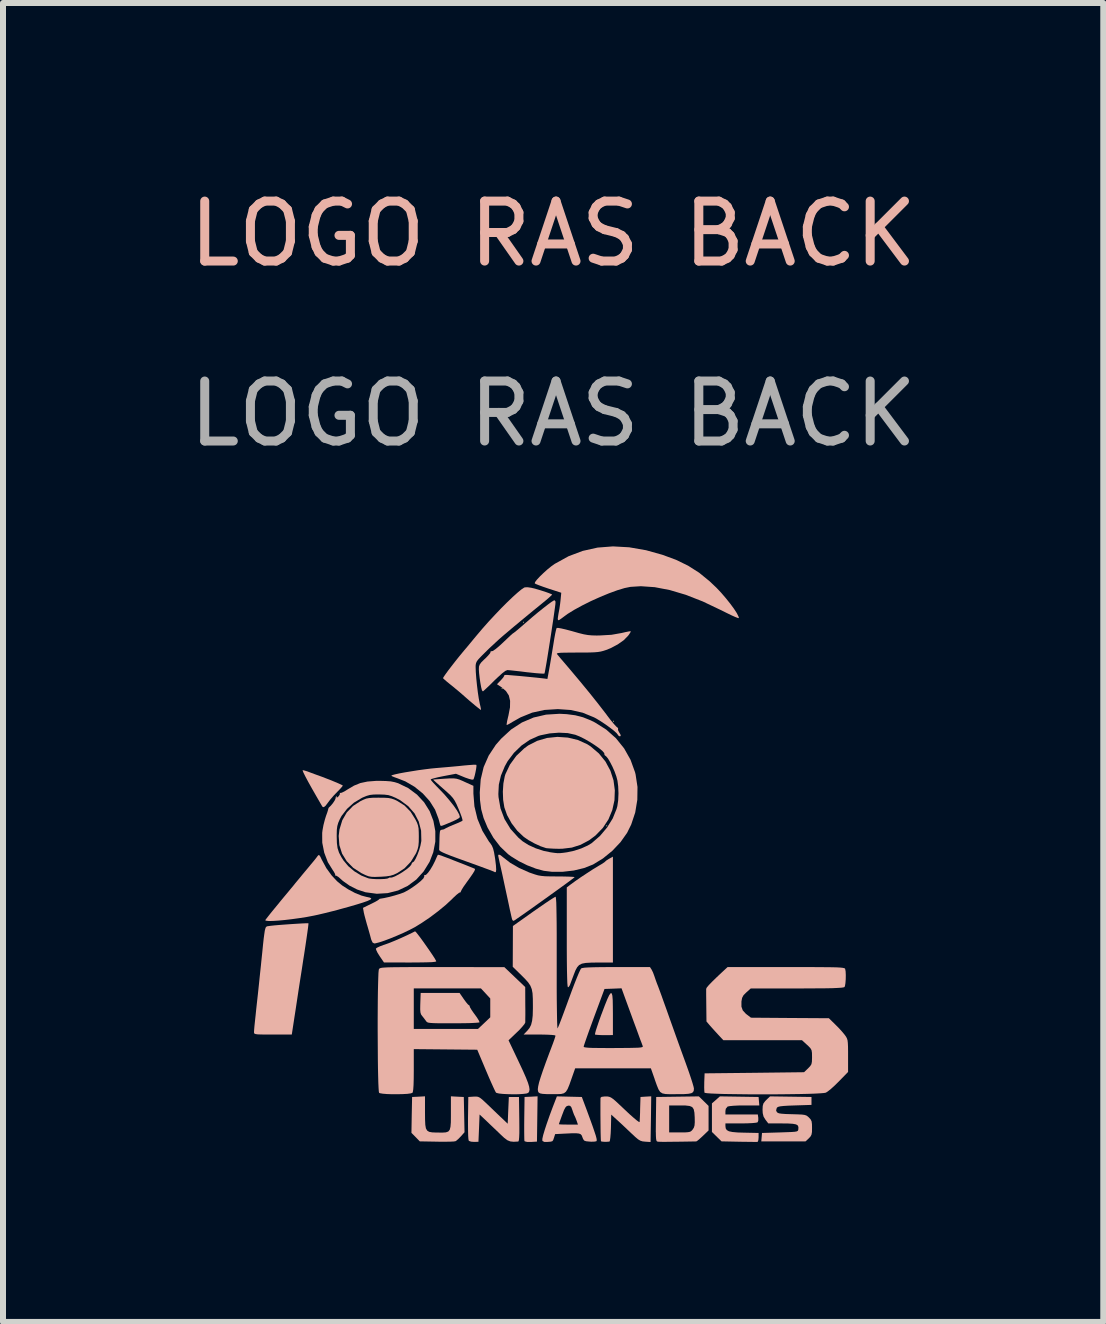
<source format=kicad_pcb>
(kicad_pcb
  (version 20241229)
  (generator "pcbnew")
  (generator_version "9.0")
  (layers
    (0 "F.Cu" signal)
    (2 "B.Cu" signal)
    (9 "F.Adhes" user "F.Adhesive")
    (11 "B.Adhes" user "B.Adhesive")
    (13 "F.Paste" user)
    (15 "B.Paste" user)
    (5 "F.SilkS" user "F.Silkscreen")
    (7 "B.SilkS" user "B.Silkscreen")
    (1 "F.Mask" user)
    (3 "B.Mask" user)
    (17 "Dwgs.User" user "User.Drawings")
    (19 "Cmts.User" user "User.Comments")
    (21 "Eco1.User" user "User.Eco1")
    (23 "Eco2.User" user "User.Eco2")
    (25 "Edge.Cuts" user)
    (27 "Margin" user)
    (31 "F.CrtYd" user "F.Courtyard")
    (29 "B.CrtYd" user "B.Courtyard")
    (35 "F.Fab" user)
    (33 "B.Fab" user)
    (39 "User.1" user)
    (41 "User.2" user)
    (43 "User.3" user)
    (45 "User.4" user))
  (footprint "LOGO RAS BACK"
    (layer "F.Cu")
    (at 6.173 1.348)
    (property "Reference" "LOGO RAS BACK" (at 0 -0.5 0) (unlocked yes) (layer "B.SilkS") (effects (font (size 1 1) (thickness 0.15))))
    (fp_poly (pts (xy -0.842 7.083) (xy -0.852 7.092) (xy -0.861 7.083) (xy -0.852 7.073)) (stroke (width 0) (type solid)) (fill yes) (layer "F.SilkS"))
    (fp_poly (pts (xy -0.486 5.976) (xy -0.495 5.985) (xy -0.505 5.976) (xy -0.495 5.966)) (stroke (width 0) (type solid)) (fill yes) (layer "F.SilkS"))
    (fp_poly (pts (xy 0.902 9.371) (xy 0.893 9.381) (xy 0.883 9.371) (xy 0.893 9.362)) (stroke (width 0) (type solid)) (fill yes) (layer "F.SilkS"))
    (fp_poly (pts (xy 1.015 7.627) (xy 1.005 7.636) (xy 0.996 7.627) (xy 1.005 7.617)) (stroke (width 0) (type solid)) (fill yes) (layer "F.SilkS"))
    (fp_poly (pts (xy -0.265 14.259) (xy -0.27 14.636) (xy -0.37 14.642) (xy -0.436 14.641) (xy -0.473 14.632) (xy -0.479 14.625) (xy -0.481 14.601) (xy -0.482 14.545) (xy -0.483 14.463) (xy -0.483 14.364) (xy -0.482 14.251) (xy -0.482 14.248) (xy -0.477 13.892) (xy -0.368 13.887) (xy -0.26 13.881)) (stroke (width 0) (type solid)) (fill yes) (layer "B.SilkS"))
    (fp_poly (pts (xy 0.976 12.164) (xy 0.987 12.203) (xy 0.993 12.277) (xy 0.995 12.388) (xy 0.996 12.507) (xy 0.996 12.86) (xy 0.854 12.861) (xy 0.784 12.86) (xy 0.729 12.856) (xy 0.699 12.852) (xy 0.697 12.851) (xy 0.699 12.832) (xy 0.712 12.782) (xy 0.736 12.709) (xy 0.767 12.618) (xy 0.805 12.513) (xy 0.809 12.504) (xy 0.861 12.365) (xy 0.903 12.261) (xy 0.935 12.193) (xy 0.959 12.161)) (stroke (width 0) (type solid)) (fill yes) (layer "B.SilkS"))
    (fp_poly (pts (xy -2.288 11.142) (xy -2.258 11.179) (xy -2.215 11.235) (xy -2.165 11.304) (xy -2.112 11.379) (xy -2.06 11.454) (xy -2.013 11.523) (xy -1.976 11.58) (xy -1.954 11.619) (xy -1.949 11.631) (xy -1.968 11.638) (xy -2.023 11.644) (xy -2.114 11.647) (xy -2.241 11.649) (xy -2.385 11.65) (xy -2.821 11.649) (xy -2.893 11.544) (xy -2.928 11.488) (xy -2.95 11.442) (xy -2.956 11.418) (xy -2.935 11.402) (xy -2.888 11.38) (xy -2.824 11.356) (xy -2.81 11.352) (xy -2.738 11.326) (xy -2.644 11.288) (xy -2.54 11.243) (xy -2.437 11.196) (xy -2.346 11.152) (xy -2.303 11.13)) (stroke (width 0) (type solid)) (fill yes) (layer "B.SilkS"))
    (fp_poly (pts (xy -4.147 8.449) (xy -4.095 8.465) (xy -4.05 8.482) (xy -3.972 8.511) (xy -3.889 8.541) (xy -3.853 8.554) (xy -3.791 8.578) (xy -3.718 8.606) (xy -3.645 8.636) (xy -3.579 8.664) (xy -3.531 8.686) (xy -3.508 8.698) (xy -3.507 8.698) (xy -3.516 8.714) (xy -3.545 8.748) (xy -3.59 8.795) (xy -3.597 8.802) (xy -3.657 8.864) (xy -3.714 8.93) (xy -3.752 8.98) (xy -3.794 9.036) (xy -3.824 9.06) (xy -3.845 9.054) (xy -3.85 9.048) (xy -3.942 8.889) (xy -4.021 8.751) (xy -4.085 8.636) (xy -4.133 8.546) (xy -4.164 8.483) (xy -4.177 8.449) (xy -4.176 8.443)) (stroke (width 0) (type solid)) (fill yes) (layer "B.SilkS"))
    (fp_poly (pts (xy -1.597 13.887) (xy -1.49 13.892) (xy -1.478 14.48) (xy -1.538 14.548) (xy -1.58 14.591) (xy -1.616 14.622) (xy -1.628 14.629) (xy -1.657 14.634) (xy -1.716 14.637) (xy -1.797 14.638) (xy -1.894 14.638) (xy -1.941 14.637) (xy -2.224 14.632) (xy -2.293 14.561) (xy -2.363 14.49) (xy -2.358 14.191) (xy -2.352 13.892) (xy -2.245 13.887) (xy -2.137 13.881) (xy -2.137 14.151) (xy -2.136 14.27) (xy -2.132 14.356) (xy -2.122 14.415) (xy -2.101 14.452) (xy -2.068 14.473) (xy -2.018 14.482) (xy -1.949 14.485) (xy -1.927 14.485) (xy -1.847 14.486) (xy -1.789 14.482) (xy -1.749 14.468) (xy -1.725 14.439) (xy -1.712 14.389) (xy -1.706 14.315) (xy -1.705 14.21) (xy -1.705 14.163) (xy -1.705 13.881)) (stroke (width 0) (type solid)) (fill yes) (layer "B.SilkS"))
    (fp_poly (pts (xy 0.996 11.65) (xy 0.751 11.65) (xy 0.632 11.652) (xy 0.543 11.657) (xy 0.479 11.669) (xy 0.433 11.692) (xy 0.4 11.729) (xy 0.371 11.783) (xy 0.344 11.852) (xy 0.317 11.924) (xy 0.294 11.985) (xy 0.279 12.025) (xy 0.277 12.03) (xy 0.258 12.058) (xy 0.246 12.063) (xy 0.241 12.045) (xy 0.236 11.991) (xy 0.233 11.901) (xy 0.23 11.774) (xy 0.228 11.611) (xy 0.227 11.41) (xy 0.227 11.231) (xy 0.227 10.398) (xy 0.29 10.35) (xy 0.368 10.293) (xy 0.463 10.227) (xy 0.566 10.159) (xy 0.663 10.096) (xy 0.744 10.047) (xy 0.755 10.04) (xy 0.811 10.007) (xy 0.852 9.98) (xy 0.868 9.966) (xy 0.887 9.949) (xy 0.926 9.924) (xy 0.935 9.919) (xy 0.996 9.885)) (stroke (width 0) (type solid)) (fill yes) (layer "B.SilkS"))
    (fp_poly (pts (xy -1.49 12.26) (xy -1.452 12.312) (xy -1.42 12.35) (xy -1.402 12.363) (xy -1.391 12.374) (xy -1.393 12.377) (xy -1.386 12.398) (xy -1.361 12.44) (xy -1.323 12.495) (xy -1.31 12.512) (xy -1.269 12.569) (xy -1.24 12.616) (xy -1.228 12.644) (xy -1.229 12.648) (xy -1.25 12.652) (xy -1.302 12.656) (xy -1.382 12.66) (xy -1.483 12.662) (xy -1.599 12.663) (xy -1.667 12.663) (xy -1.804 12.663) (xy -1.909 12.663) (xy -1.986 12.661) (xy -2.039 12.658) (xy -2.075 12.654) (xy -2.097 12.647) (xy -2.111 12.637) (xy -2.121 12.624) (xy -2.123 12.621) (xy -2.159 12.573) (xy -2.186 12.539) (xy -2.203 12.515) (xy -2.213 12.482) (xy -2.217 12.432) (xy -2.216 12.357) (xy -2.215 12.328) (xy -2.209 12.157) (xy -1.561 12.157)) (stroke (width 0) (type solid)) (fill yes) (layer "B.SilkS"))
    (fp_poly (pts (xy 0.245 7.9) (xy 0.413 7.94) (xy 0.567 8.01) (xy 0.622 8.045) (xy 0.762 8.164) (xy 0.873 8.301) (xy 0.954 8.452) (xy 1.006 8.612) (xy 1.028 8.778) (xy 1.022 8.945) (xy 0.986 9.108) (xy 0.922 9.263) (xy 0.828 9.406) (xy 0.706 9.532) (xy 0.599 9.612) (xy 0.456 9.688) (xy 0.311 9.734) (xy 0.153 9.753) (xy 0.091 9.754) (xy 0.01 9.752) (xy -0.06 9.748) (xy -0.109 9.744) (xy -0.12 9.742) (xy -0.209 9.712) (xy -0.311 9.665) (xy -0.412 9.609) (xy -0.488 9.557) (xy -0.597 9.455) (xy -0.693 9.329) (xy -0.769 9.191) (xy -0.814 9.063) (xy -0.834 8.939) (xy -0.839 8.801) (xy -0.83 8.665) (xy -0.807 8.544) (xy -0.796 8.509) (xy -0.721 8.351) (xy -0.615 8.205) (xy -0.483 8.08) (xy -0.415 8.03) (xy -0.266 7.954) (xy -0.102 7.906) (xy 0.071 7.888)) (stroke (width 0) (type solid)) (fill yes) (layer "B.SilkS"))
    (fp_poly (pts (xy 3.103 13.887) (xy 3.425 13.892) (xy 3.437 14.033) (xy 3.191 14.033) (xy 3.095 14.034) (xy 3.011 14.038) (xy 2.947 14.044) (xy 2.911 14.051) (xy 2.908 14.052) (xy 2.878 14.089) (xy 2.872 14.127) (xy 2.872 14.183) (xy 3.412 14.183) (xy 3.42 14.239) (xy 3.42 14.285) (xy 3.409 14.314) (xy 3.383 14.321) (xy 3.325 14.327) (xy 3.242 14.331) (xy 3.14 14.333) (xy 3.131 14.333) (xy 2.872 14.333) (xy 2.872 14.377) (xy 2.877 14.416) (xy 2.895 14.444) (xy 2.931 14.464) (xy 2.99 14.476) (xy 3.078 14.484) (xy 3.182 14.487) (xy 3.425 14.492) (xy 3.425 14.566) (xy 3.421 14.613) (xy 3.41 14.639) (xy 3.407 14.641) (xy 3.382 14.642) (xy 3.327 14.641) (xy 3.249 14.64) (xy 3.153 14.639) (xy 3.097 14.638) (xy 2.807 14.632) (xy 2.647 14.475) (xy 2.647 13.999) (xy 2.78 13.882)) (stroke (width 0) (type solid)) (fill yes) (layer "B.SilkS"))
    (fp_poly (pts (xy -1.253 13.889) (xy -1.222 13.904) (xy -1.183 13.934) (xy -1.13 13.983) (xy -1.093 14.018) (xy -1.02 14.088) (xy -0.945 14.16) (xy -0.879 14.223) (xy -0.854 14.246) (xy -0.758 14.338) (xy -0.749 14.115) (xy -0.739 13.892) (xy -0.57 13.892) (xy -0.565 14.263) (xy -0.564 14.395) (xy -0.564 14.494) (xy -0.567 14.564) (xy -0.571 14.608) (xy -0.577 14.63) (xy -0.584 14.635) (xy -0.659 14.639) (xy -0.715 14.633) (xy -0.764 14.613) (xy -0.816 14.574) (xy -0.878 14.516) (xy -0.952 14.445) (xy -1.033 14.368) (xy -1.105 14.299) (xy -1.114 14.29) (xy -1.227 14.184) (xy -1.236 14.411) (xy -1.246 14.639) (xy -1.318 14.641) (xy -1.369 14.637) (xy -1.403 14.625) (xy -1.407 14.621) (xy -1.413 14.596) (xy -1.417 14.539) (xy -1.419 14.456) (xy -1.42 14.353) (xy -1.42 14.246) (xy -1.415 13.892) (xy -1.326 13.886) (xy -1.285 13.885)) (stroke (width 0) (type solid)) (fill yes) (layer "B.SilkS"))
    (fp_poly (pts (xy -2.813 8.903) (xy -2.747 8.907) (xy -2.696 8.917) (xy -2.648 8.933) (xy -2.603 8.954) (xy -2.479 9.032) (xy -2.378 9.135) (xy -2.3 9.259) (xy -2.271 9.316) (xy -2.254 9.364) (xy -2.244 9.415) (xy -2.241 9.482) (xy -2.24 9.549) (xy -2.241 9.64) (xy -2.247 9.707) (xy -2.26 9.761) (xy -2.281 9.816) (xy -2.29 9.834) (xy -2.372 9.968) (xy -2.478 10.079) (xy -2.6 10.159) (xy -2.661 10.187) (xy -2.719 10.204) (xy -2.786 10.214) (xy -2.876 10.22) (xy -2.887 10.22) (xy -2.972 10.223) (xy -3.031 10.221) (xy -3.079 10.212) (xy -3.126 10.194) (xy -3.186 10.165) (xy -3.197 10.16) (xy -3.334 10.071) (xy -3.442 9.961) (xy -3.52 9.834) (xy -3.565 9.692) (xy -3.576 9.54) (xy -3.563 9.433) (xy -3.516 9.278) (xy -3.441 9.148) (xy -3.337 9.04) (xy -3.217 8.962) (xy -3.162 8.935) (xy -3.117 8.917) (xy -3.069 8.908) (xy -3.007 8.903) (xy -2.921 8.902) (xy -2.906 8.902)) (stroke (width 0) (type solid)) (fill yes) (layer "B.SilkS"))
    (fp_poly (pts (xy 2.51 13.961) (xy 2.591 14.041) (xy 2.591 14.45) (xy 2.495 14.542) (xy 2.446 14.587) (xy 2.407 14.62) (xy 2.387 14.633) (xy 2.387 14.633) (xy 2.213 14.636) (xy 2.073 14.638) (xy 1.963 14.639) (xy 1.88 14.64) (xy 1.82 14.64) (xy 1.779 14.639) (xy 1.753 14.638) (xy 1.74 14.636) (xy 1.729 14.631) (xy 1.721 14.617) (xy 1.716 14.589) (xy 1.713 14.543) (xy 1.712 14.483) (xy 1.934 14.483) (xy 2.111 14.483) (xy 2.194 14.483) (xy 2.248 14.479) (xy 2.283 14.472) (xy 2.306 14.457) (xy 2.326 14.435) (xy 2.326 14.434) (xy 2.346 14.403) (xy 2.357 14.366) (xy 2.361 14.313) (xy 2.36 14.235) (xy 2.355 14.153) (xy 2.343 14.096) (xy 2.319 14.061) (xy 2.275 14.042) (xy 2.206 14.034) (xy 2.109 14.033) (xy 1.934 14.033) (xy 1.934 14.483) (xy 1.712 14.483) (xy 1.711 14.473) (xy 1.712 14.375) (xy 1.713 14.261) (xy 1.718 13.892) (xy 2.074 13.887) (xy 2.429 13.882)) (stroke (width 0) (type solid)) (fill yes) (layer "B.SilkS"))
    (fp_poly (pts (xy -0.876 9.862) (xy -0.839 9.892) (xy -0.717 9.987) (xy -0.567 10.074) (xy -0.399 10.149) (xy -0.364 10.161) (xy -0.303 10.182) (xy -0.251 10.197) (xy -0.198 10.206) (xy -0.135 10.212) (xy -0.054 10.214) (xy 0.053 10.215) (xy 0.072 10.215) (xy 0.171 10.216) (xy 0.255 10.218) (xy 0.318 10.221) (xy 0.353 10.224) (xy 0.358 10.226) (xy 0.344 10.239) (xy 0.303 10.27) (xy 0.24 10.317) (xy 0.159 10.376) (xy 0.065 10.444) (xy -0.038 10.518) (xy -0.145 10.595) (xy -0.253 10.672) (xy -0.356 10.746) (xy -0.451 10.813) (xy -0.534 10.871) (xy -0.599 10.916) (xy -0.643 10.946) (xy -0.661 10.956) (xy -0.661 10.956) (xy -0.679 10.944) (xy -0.68 10.942) (xy -0.688 10.918) (xy -0.7 10.867) (xy -0.715 10.799) (xy -0.72 10.779) (xy -0.738 10.693) (xy -0.762 10.58) (xy -0.79 10.451) (xy -0.819 10.316) (xy -0.847 10.185) (xy -0.873 10.069) (xy -0.891 9.99) (xy -0.904 9.929) (xy -0.914 9.882) (xy -0.917 9.864) (xy -0.906 9.85)) (stroke (width 0) (type solid)) (fill yes) (layer "B.SilkS"))
    (fp_poly (pts (xy 1.63 14.262) (xy 1.624 14.643) (xy 1.534 14.637) (xy 1.489 14.632) (xy 1.452 14.62) (xy 1.414 14.597) (xy 1.367 14.557) (xy 1.308 14.502) (xy 1.235 14.433) (xy 1.158 14.36) (xy 1.09 14.297) (xy 1.071 14.28) (xy 0.968 14.186) (xy 0.963 14.409) (xy 0.959 14.499) (xy 0.953 14.571) (xy 0.946 14.619) (xy 0.939 14.636) (xy 0.88 14.64) (xy 0.829 14.638) (xy 0.799 14.632) (xy 0.797 14.629) (xy 0.795 14.608) (xy 0.793 14.557) (xy 0.791 14.482) (xy 0.79 14.39) (xy 0.789 14.288) (xy 0.788 14.183) (xy 0.788 14.082) (xy 0.788 13.992) (xy 0.789 13.919) (xy 0.789 13.906) (xy 0.807 13.89) (xy 0.86 13.883) (xy 0.876 13.883) (xy 0.908 13.884) (xy 0.935 13.889) (xy 0.964 13.901) (xy 0.999 13.925) (xy 1.045 13.964) (xy 1.107 14.022) (xy 1.191 14.101) (xy 1.199 14.109) (xy 1.276 14.181) (xy 1.343 14.24) (xy 1.396 14.284) (xy 1.43 14.308) (xy 1.441 14.311) (xy 1.443 14.283) (xy 1.446 14.226) (xy 1.449 14.15) (xy 1.45 14.089) (xy 1.456 13.892) (xy 1.545 13.886) (xy 1.635 13.881)) (stroke (width 0) (type solid)) (fill yes) (layer "B.SilkS"))
    (fp_poly (pts (xy -4.08 10.996) (xy -4.081 11.016) (xy -4.087 11.068) (xy -4.098 11.148) (xy -4.113 11.252) (xy -4.131 11.375) (xy -4.152 11.513) (xy -4.165 11.594) (xy -4.19 11.759) (xy -4.217 11.93) (xy -4.243 12.098) (xy -4.267 12.256) (xy -4.288 12.395) (xy -4.305 12.506) (xy -4.307 12.518) (xy -4.358 12.851) (xy -4.673 12.851) (xy -4.788 12.851) (xy -4.871 12.85) (xy -4.927 12.848) (xy -4.962 12.843) (xy -4.98 12.836) (xy -4.987 12.825) (xy -4.988 12.81) (xy -4.988 12.809) (xy -4.986 12.777) (xy -4.981 12.715) (xy -4.972 12.629) (xy -4.961 12.527) (xy -4.952 12.438) (xy -4.939 12.32) (xy -4.923 12.176) (xy -4.906 12.016) (xy -4.889 11.851) (xy -4.872 11.693) (xy -4.867 11.641) (xy -4.85 11.478) (xy -4.837 11.348) (xy -4.826 11.247) (xy -4.816 11.173) (xy -4.808 11.119) (xy -4.799 11.084) (xy -4.791 11.063) (xy -4.78 11.052) (xy -4.768 11.046) (xy -4.753 11.044) (xy -4.748 11.043) (xy -4.711 11.038) (xy -4.647 11.031) (xy -4.565 11.024) (xy -4.472 11.017) (xy -4.374 11.01) (xy -4.279 11.004) (xy -4.196 10.999) (xy -4.13 10.996) (xy -4.089 10.995)) (stroke (width 0) (type solid)) (fill yes) (layer "B.SilkS"))
    (fp_poly (pts (xy -3.9 9.86) (xy -3.882 9.885) (xy -3.859 9.934) (xy -3.781 10.078) (xy -3.692 10.2) (xy -3.603 10.295) (xy -3.518 10.365) (xy -3.414 10.432) (xy -3.303 10.491) (xy -3.196 10.534) (xy -3.117 10.555) (xy -3.056 10.568) (xy -3.032 10.582) (xy -3.045 10.6) (xy -3.094 10.623) (xy -3.099 10.625) (xy -3.174 10.651) (xy -3.277 10.683) (xy -3.401 10.719) (xy -3.535 10.756) (xy -3.673 10.793) (xy -3.805 10.826) (xy -3.924 10.854) (xy -3.994 10.869) (xy -4.11 10.891) (xy -4.232 10.91) (xy -4.355 10.927) (xy -4.473 10.941) (xy -4.581 10.951) (xy -4.674 10.957) (xy -4.744 10.958) (xy -4.788 10.953) (xy -4.801 10.945) (xy -4.789 10.928) (xy -4.757 10.887) (xy -4.709 10.826) (xy -4.647 10.75) (xy -4.575 10.663) (xy -4.565 10.65) (xy -4.491 10.56) (xy -4.424 10.48) (xy -4.368 10.412) (xy -4.328 10.364) (xy -4.307 10.338) (xy -4.307 10.337) (xy -4.286 10.312) (xy -4.247 10.265) (xy -4.196 10.203) (xy -4.144 10.14) (xy -4.086 10.071) (xy -4.036 10.01) (xy -3.998 9.965) (xy -3.98 9.943) (xy -3.95 9.905) (xy -3.93 9.878) (xy -3.914 9.859)) (stroke (width 0) (type solid)) (fill yes) (layer "B.SilkS"))
    (fp_poly (pts (xy 4.307 13.892) (xy 4.307 14.024) (xy 4.028 14.033) (xy 3.917 14.037) (xy 3.839 14.042) (xy 3.786 14.048) (xy 3.753 14.056) (xy 3.734 14.067) (xy 3.728 14.075) (xy 3.717 14.116) (xy 3.728 14.141) (xy 3.742 14.155) (xy 3.767 14.165) (xy 3.81 14.171) (xy 3.877 14.176) (xy 3.976 14.179) (xy 3.98 14.179) (xy 4.078 14.182) (xy 4.146 14.185) (xy 4.191 14.191) (xy 4.222 14.201) (xy 4.245 14.217) (xy 4.264 14.234) (xy 4.293 14.266) (xy 4.309 14.299) (xy 4.315 14.347) (xy 4.316 14.407) (xy 4.315 14.476) (xy 4.307 14.52) (xy 4.29 14.552) (xy 4.262 14.582) (xy 4.207 14.633) (xy 3.47 14.633) (xy 3.482 14.492) (xy 3.782 14.483) (xy 3.894 14.479) (xy 3.974 14.476) (xy 4.028 14.472) (xy 4.061 14.466) (xy 4.078 14.457) (xy 4.085 14.444) (xy 4.088 14.43) (xy 4.089 14.393) (xy 4.078 14.366) (xy 4.049 14.349) (xy 3.996 14.339) (xy 3.916 14.334) (xy 3.818 14.333) (xy 3.587 14.333) (xy 3.539 14.27) (xy 3.508 14.219) (xy 3.494 14.162) (xy 3.491 14.105) (xy 3.494 14.042) (xy 3.506 13.999) (xy 3.534 13.962) (xy 3.553 13.942) (xy 3.616 13.882)) (stroke (width 0) (type solid)) (fill yes) (layer "B.SilkS"))
    (fp_poly (pts (xy 1.267 4.727) (xy 1.549 4.776) (xy 1.821 4.852) (xy 2.049 4.936) (xy 2.25 5.034) (xy 2.434 5.151) (xy 2.609 5.294) (xy 2.723 5.402) (xy 2.802 5.486) (xy 2.88 5.577) (xy 2.952 5.667) (xy 3.014 5.751) (xy 3.062 5.825) (xy 3.09 5.881) (xy 3.097 5.908) (xy 3.081 5.906) (xy 3.038 5.89) (xy 2.971 5.86) (xy 2.887 5.819) (xy 2.792 5.772) (xy 2.494 5.63) (xy 2.21 5.519) (xy 1.944 5.44) (xy 1.694 5.392) (xy 1.462 5.376) (xy 1.288 5.387) (xy 1.19 5.407) (xy 1.068 5.444) (xy 0.929 5.495) (xy 0.781 5.556) (xy 0.63 5.624) (xy 0.486 5.696) (xy 0.354 5.768) (xy 0.242 5.837) (xy 0.194 5.872) (xy 0.135 5.916) (xy 0.101 5.939) (xy 0.083 5.943) (xy 0.078 5.931) (xy 0.077 5.915) (xy 0.082 5.876) (xy 0.091 5.82) (xy 0.094 5.807) (xy 0.105 5.747) (xy 0.116 5.669) (xy 0.123 5.609) (xy 0.135 5.485) (xy -0.081 5.415) (xy -0.166 5.386) (xy -0.237 5.36) (xy -0.287 5.34) (xy -0.308 5.328) (xy -0.308 5.328) (xy -0.301 5.306) (xy -0.271 5.267) (xy -0.223 5.215) (xy -0.164 5.158) (xy -0.099 5.099) (xy -0.034 5.046) (xy 0.025 5.004) (xy 0.03 5.001) (xy 0.257 4.876) (xy 0.493 4.787) (xy 0.74 4.732) (xy 0.997 4.712)) (stroke (width 0) (type solid)) (fill yes) (layer "B.SilkS"))
    (fp_poly (pts (xy -1.28 8.355) (xy -1.279 8.377) (xy -1.285 8.424) (xy -1.296 8.481) (xy -1.309 8.538) (xy -1.323 8.583) (xy -1.332 8.6) (xy -1.355 8.601) (xy -1.402 8.589) (xy -1.466 8.567) (xy -1.483 8.56) (xy -1.621 8.503) (xy -1.832 8.543) (xy -1.915 8.56) (xy -1.983 8.577) (xy -2.028 8.59) (xy -2.043 8.599) (xy -2.03 8.618) (xy -1.997 8.656) (xy -1.948 8.708) (xy -1.912 8.745) (xy -1.817 8.844) (xy -1.732 8.943) (xy -1.659 9.035) (xy -1.603 9.116) (xy -1.567 9.182) (xy -1.555 9.225) (xy -1.571 9.243) (xy -1.612 9.267) (xy -1.654 9.287) (xy -1.744 9.326) (xy -1.806 9.352) (xy -1.845 9.367) (xy -1.867 9.372) (xy -1.877 9.369) (xy -1.882 9.361) (xy -1.883 9.358) (xy -1.892 9.326) (xy -1.906 9.274) (xy -1.913 9.25) (xy -1.969 9.102) (xy -2.058 8.96) (xy -2.173 8.832) (xy -2.311 8.72) (xy -2.465 8.63) (xy -2.592 8.58) (xy -2.648 8.56) (xy -2.688 8.543) (xy -2.699 8.535) (xy -2.682 8.525) (xy -2.633 8.512) (xy -2.56 8.496) (xy -2.468 8.479) (xy -2.363 8.462) (xy -2.252 8.444) (xy -2.141 8.429) (xy -2.037 8.416) (xy -1.944 8.407) (xy -1.93 8.406) (xy -1.814 8.396) (xy -1.688 8.385) (xy -1.57 8.374) (xy -1.484 8.365) (xy -1.403 8.358) (xy -1.336 8.353) (xy -1.293 8.353)) (stroke (width 0) (type solid)) (fill yes) (layer "B.SilkS"))
    (fp_poly (pts (xy 0.27 13.887) (xy 0.478 13.892) (xy 0.559 14.108) (xy 0.614 14.258) (xy 0.657 14.377) (xy 0.688 14.468) (xy 0.71 14.534) (xy 0.722 14.58) (xy 0.727 14.61) (xy 0.724 14.625) (xy 0.72 14.63) (xy 0.691 14.636) (xy 0.638 14.638) (xy 0.605 14.636) (xy 0.548 14.63) (xy 0.516 14.618) (xy 0.499 14.592) (xy 0.489 14.567) (xy 0.477 14.535) (xy 0.46 14.514) (xy 0.431 14.502) (xy 0.385 14.497) (xy 0.314 14.497) (xy 0.213 14.502) (xy 0.21 14.502) (xy 0.033 14.511) (xy 0.015 14.568) (xy 0.001 14.609) (xy -0.013 14.629) (xy -0.041 14.637) (xy -0.092 14.641) (xy -0.148 14.641) (xy -0.176 14.627) (xy -0.181 14.617) (xy -0.18 14.587) (xy -0.166 14.525) (xy -0.14 14.438) (xy -0.11 14.346) (xy 0.096 14.346) (xy 0.113 14.349) (xy 0.159 14.351) (xy 0.226 14.352) (xy 0.254 14.352) (xy 0.413 14.352) (xy 0.392 14.291) (xy 0.374 14.244) (xy 0.36 14.212) (xy 0.359 14.211) (xy 0.346 14.183) (xy 0.328 14.134) (xy 0.321 14.112) (xy 0.302 14.061) (xy 0.282 14.039) (xy 0.253 14.036) (xy 0.25 14.037) (xy 0.225 14.045) (xy 0.204 14.067) (xy 0.181 14.11) (xy 0.154 14.181) (xy 0.15 14.191) (xy 0.125 14.26) (xy 0.106 14.313) (xy 0.096 14.343) (xy 0.096 14.346) (xy -0.11 14.346) (xy -0.104 14.329) (xy -0.06 14.203) (xy -0.008 14.063) (xy 0.002 14.037) (xy 0.062 13.882)) (stroke (width 0) (type solid)) (fill yes) (layer "B.SilkS"))
    (fp_poly (pts (xy -1.61 8.586) (xy -1.563 8.6) (xy -1.506 8.624) (xy -1.474 8.639) (xy -1.33 8.704) (xy -1.33 8.833) (xy -1.313 9.046) (xy -1.262 9.256) (xy -1.18 9.454) (xy -1.071 9.633) (xy -1.048 9.662) (xy -1.022 9.701) (xy -1.002 9.748) (xy -0.986 9.811) (xy -0.971 9.9) (xy -0.967 9.925) (xy -0.954 10.032) (xy -0.95 10.104) (xy -0.956 10.142) (xy -0.973 10.144) (xy -0.977 10.14) (xy -0.997 10.131) (xy -1.047 10.111) (xy -1.124 10.083) (xy -1.221 10.047) (xy -1.334 10.006) (xy -1.445 9.966) (xy -1.589 9.914) (xy -1.701 9.873) (xy -1.784 9.84) (xy -1.843 9.814) (xy -1.879 9.795) (xy -1.897 9.78) (xy -1.901 9.77) (xy -1.9 9.736) (xy -1.898 9.677) (xy -1.896 9.603) (xy -1.896 9.587) (xy -1.893 9.512) (xy -1.888 9.466) (xy -1.879 9.444) (xy -1.864 9.437) (xy -1.859 9.437) (xy -1.82 9.429) (xy -1.808 9.421) (xy -1.782 9.407) (xy -1.732 9.383) (xy -1.668 9.356) (xy -1.658 9.352) (xy -1.593 9.325) (xy -1.542 9.302) (xy -1.514 9.288) (xy -1.512 9.286) (xy -1.513 9.265) (xy -1.527 9.218) (xy -1.552 9.151) (xy -1.577 9.09) (xy -1.611 9.011) (xy -1.641 8.953) (xy -1.673 8.906) (xy -1.713 8.861) (xy -1.77 8.808) (xy -1.83 8.755) (xy -1.896 8.697) (xy -1.95 8.649) (xy -1.987 8.615) (xy -2 8.601) (xy -2 8.601) (xy -1.981 8.598) (xy -1.932 8.594) (xy -1.863 8.589) (xy -1.807 8.585) (xy -1.72 8.58) (xy -1.658 8.58)) (stroke (width 0) (type solid)) (fill yes) (layer "B.SilkS"))
    (fp_poly (pts (xy 0.037 5.626) (xy 0.039 5.643) (xy 0.037 5.675) (xy 0.029 5.737) (xy 0.017 5.823) (xy 0.002 5.928) (xy -0.016 6.046) (xy -0.035 6.173) (xy -0.055 6.302) (xy -0.075 6.429) (xy -0.094 6.547) (xy -0.111 6.652) (xy -0.126 6.737) (xy -0.137 6.798) (xy -0.144 6.829) (xy -0.145 6.832) (xy -0.167 6.834) (xy -0.22 6.831) (xy -0.296 6.825) (xy -0.389 6.815) (xy -0.439 6.81) (xy -0.541 6.797) (xy -0.632 6.787) (xy -0.705 6.779) (xy -0.751 6.775) (xy -0.762 6.774) (xy -0.796 6.787) (xy -0.85 6.828) (xy -0.927 6.898) (xy -0.983 6.951) (xy -1.049 7.017) (xy -1.106 7.071) (xy -1.148 7.11) (xy -1.17 7.129) (xy -1.172 7.129) (xy -1.185 7.115) (xy -1.189 7.106) (xy -1.201 7.058) (xy -1.214 6.986) (xy -1.226 6.904) (xy -1.235 6.826) (xy -1.239 6.765) (xy -1.239 6.76) (xy -1.237 6.716) (xy -1.225 6.682) (xy -1.199 6.646) (xy -1.151 6.598) (xy -1.135 6.584) (xy -1.087 6.535) (xy -1.053 6.495) (xy -1.042 6.47) (xy -1.042 6.468) (xy -1.042 6.457) (xy -1.033 6.461) (xy -1.007 6.456) (xy -0.957 6.422) (xy -0.883 6.359) (xy -0.785 6.267) (xy -0.756 6.239) (xy -0.711 6.197) (xy -0.676 6.166) (xy -0.662 6.157) (xy -0.643 6.143) (xy -0.601 6.109) (xy -0.542 6.059) (xy -0.472 5.998) (xy -0.449 5.979) (xy -0.349 5.892) (xy -0.252 5.811) (xy -0.163 5.74) (xy -0.086 5.68) (xy -0.027 5.637) (xy 0.012 5.613) (xy 0.022 5.61)) (stroke (width 0) (type solid)) (fill yes) (layer "B.SilkS"))
    (fp_poly (pts (xy -0.36 5.403) (xy -0.268 5.427) (xy -0.214 5.443) (xy -0.135 5.468) (xy -0.071 5.491) (xy -0.029 5.508) (xy -0.017 5.515) (xy -0.031 5.531) (xy -0.068 5.565) (xy -0.124 5.613) (xy -0.19 5.667) (xy -0.335 5.785) (xy -0.495 5.917) (xy -0.659 6.053) (xy -0.814 6.184) (xy -0.842 6.208) (xy -0.907 6.265) (xy -0.987 6.339) (xy -1.071 6.417) (xy -1.128 6.473) (xy -1.197 6.542) (xy -1.244 6.591) (xy -1.272 6.627) (xy -1.286 6.658) (xy -1.292 6.689) (xy -1.293 6.72) (xy -1.29 6.806) (xy -1.282 6.913) (xy -1.27 7.03) (xy -1.256 7.145) (xy -1.241 7.246) (xy -1.226 7.322) (xy -1.226 7.325) (xy -1.212 7.383) (xy -1.204 7.425) (xy -1.203 7.439) (xy -1.219 7.43) (xy -1.256 7.401) (xy -1.308 7.359) (xy -1.33 7.34) (xy -1.397 7.284) (xy -1.461 7.228) (xy -1.511 7.184) (xy -1.518 7.178) (xy -1.564 7.138) (xy -1.628 7.085) (xy -1.696 7.029) (xy -1.71 7.018) (xy -1.767 6.972) (xy -1.811 6.934) (xy -1.834 6.912) (xy -1.837 6.909) (xy -1.825 6.887) (xy -1.795 6.843) (xy -1.75 6.781) (xy -1.693 6.707) (xy -1.631 6.627) (xy -1.567 6.547) (xy -1.506 6.473) (xy -1.481 6.443) (xy -1.436 6.39) (xy -1.378 6.32) (xy -1.312 6.24) (xy -1.272 6.192) (xy -1.177 6.08) (xy -1.075 5.965) (xy -0.97 5.852) (xy -0.866 5.743) (xy -0.766 5.643) (xy -0.674 5.555) (xy -0.594 5.483) (xy -0.53 5.43) (xy -0.485 5.4) (xy -0.472 5.395) (xy -0.426 5.393)) (stroke (width 0) (type solid)) (fill yes) (layer "B.SilkS"))
    (fp_poly (pts (xy -1.903 9.856) (xy -1.861 9.869) (xy -1.844 9.876) (xy -1.758 9.908) (xy -1.664 9.945) (xy -1.569 9.982) (xy -1.479 10.017) (xy -1.402 10.048) (xy -1.344 10.071) (xy -1.311 10.085) (xy -1.307 10.087) (xy -1.303 10.098) (xy -1.313 10.124) (xy -1.339 10.167) (xy -1.383 10.231) (xy -1.448 10.321) (xy -1.451 10.326) (xy -1.494 10.386) (xy -1.525 10.436) (xy -1.54 10.467) (xy -1.541 10.472) (xy -1.547 10.483) (xy -1.551 10.48) (xy -1.571 10.489) (xy -1.609 10.519) (xy -1.66 10.566) (xy -1.697 10.603) (xy -1.797 10.695) (xy -1.92 10.796) (xy -2.054 10.897) (xy -2.19 10.989) (xy -2.3 11.057) (xy -2.391 11.105) (xy -2.495 11.155) (xy -2.605 11.203) (xy -2.714 11.248) (xy -2.815 11.286) (xy -2.9 11.314) (xy -2.963 11.33) (xy -2.984 11.332) (xy -3.011 11.317) (xy -3.032 11.272) (xy -3.038 11.252) (xy -3.053 11.195) (xy -3.075 11.117) (xy -3.099 11.034) (xy -3.103 11.022) (xy -3.125 10.942) (xy -3.145 10.868) (xy -3.158 10.813) (xy -3.159 10.805) (xy -3.171 10.739) (xy -3.039 10.674) (xy -2.976 10.643) (xy -2.93 10.617) (xy -2.907 10.601) (xy -2.906 10.599) (xy -2.891 10.587) (xy -2.882 10.586) (xy -2.822 10.576) (xy -2.74 10.558) (xy -2.649 10.534) (xy -2.563 10.508) (xy -2.496 10.484) (xy -2.486 10.48) (xy -2.422 10.446) (xy -2.347 10.398) (xy -2.272 10.344) (xy -2.208 10.292) (xy -2.165 10.249) (xy -2.162 10.245) (xy -2.148 10.213) (xy -2.151 10.199) (xy -2.149 10.19) (xy -2.141 10.194) (xy -2.119 10.187) (xy -2.086 10.153) (xy -2.048 10.1) (xy -2.008 10.033) (xy -1.971 9.96) (xy -1.966 9.949) (xy -1.944 9.898) (xy -1.927 9.862) (xy -1.922 9.854)) (stroke (width 0) (type solid)) (fill yes) (layer "B.SilkS"))
    (fp_poly (pts (xy -1.962 11.726) (xy -1.85 11.726) (xy -0.814 11.727) (xy -0.64 11.893) (xy -0.466 12.059) (xy -0.465 12.338) (xy -0.464 12.438) (xy -0.464 12.528) (xy -0.465 12.598) (xy -0.465 12.642) (xy -0.465 12.65) (xy -0.479 12.677) (xy -0.515 12.721) (xy -0.566 12.777) (xy -0.606 12.815) (xy -0.744 12.947) (xy -0.569 13.316) (xy -0.503 13.457) (xy -0.454 13.568) (xy -0.42 13.655) (xy -0.401 13.719) (xy -0.394 13.767) (xy -0.4 13.8) (xy -0.415 13.823) (xy -0.444 13.834) (xy -0.502 13.841) (xy -0.578 13.846) (xy -0.666 13.847) (xy -0.755 13.845) (xy -0.837 13.841) (xy -0.904 13.834) (xy -0.945 13.824) (xy -0.954 13.818) (xy -0.968 13.793) (xy -0.993 13.74) (xy -1.028 13.663) (xy -1.07 13.568) (xy -1.115 13.462) (xy -1.121 13.448) (xy -1.266 13.104) (xy -1.795 13.099) (xy -2.324 13.094) (xy -2.324 13.447) (xy -2.325 13.587) (xy -2.328 13.693) (xy -2.333 13.766) (xy -2.34 13.809) (xy -2.347 13.823) (xy -2.375 13.832) (xy -2.432 13.84) (xy -2.509 13.844) (xy -2.597 13.846) (xy -2.688 13.846) (xy -2.773 13.843) (xy -2.843 13.837) (xy -2.889 13.829) (xy -2.902 13.823) (xy -2.907 13.8) (xy -2.911 13.743) (xy -2.915 13.658) (xy -2.918 13.548) (xy -2.921 13.417) (xy -2.923 13.269) (xy -2.924 13.11) (xy -2.925 12.942) (xy -2.926 12.771) (xy -2.926 12.757) (xy -2.324 12.757) (xy -1.253 12.757) (xy -1.151 12.661) (xy -1.049 12.564) (xy -1.049 12.25) (xy -1.126 12.166) (xy -1.204 12.082) (xy -2.324 12.082) (xy -2.324 12.757) (xy -2.926 12.757) (xy -2.926 12.601) (xy -2.925 12.435) (xy -2.924 12.278) (xy -2.922 12.134) (xy -2.919 12.008) (xy -2.916 11.903) (xy -2.913 11.824) (xy -2.908 11.775) (xy -2.905 11.762) (xy -2.9 11.754) (xy -2.891 11.747) (xy -2.876 11.742) (xy -2.852 11.737) (xy -2.815 11.734) (xy -2.763 11.731) (xy -2.692 11.729) (xy -2.601 11.728) (xy -2.485 11.727) (xy -2.342 11.726) (xy -2.168 11.726)) (stroke (width 0) (type solid)) (fill yes) (layer "B.SilkS"))
    (fp_poly (pts (xy 0.225 7.509) (xy 0.369 7.528) (xy 0.497 7.561) (xy 0.627 7.613) (xy 0.697 7.648) (xy 0.884 7.766) (xy 1.047 7.911) (xy 1.183 8.08) (xy 1.29 8.27) (xy 1.365 8.477) (xy 1.374 8.513) (xy 1.406 8.723) (xy 1.403 8.937) (xy 1.368 9.149) (xy 1.301 9.35) (xy 1.232 9.489) (xy 1.123 9.643) (xy 0.986 9.788) (xy 0.83 9.915) (xy 0.665 10.016) (xy 0.515 10.075) (xy 0.344 10.116) (xy 0.162 10.137) (xy -0.017 10.138) (xy -0.156 10.121) (xy -0.288 10.085) (xy -0.433 10.029) (xy -0.575 9.959) (xy -0.702 9.88) (xy -0.751 9.844) (xy -0.88 9.721) (xy -0.996 9.571) (xy -1.091 9.405) (xy -1.096 9.395) (xy -1.16 9.241) (xy -1.2 9.095) (xy -1.22 8.941) (xy -1.223 8.841) (xy -0.914 8.841) (xy -0.911 8.893) (xy -0.878 9.081) (xy -0.811 9.259) (xy -0.711 9.423) (xy -0.581 9.567) (xy -0.509 9.629) (xy -0.411 9.691) (xy -0.29 9.746) (xy -0.158 9.789) (xy -0.047 9.812) (xy 0.024 9.822) (xy 0.075 9.827) (xy 0.12 9.826) (xy 0.176 9.82) (xy 0.232 9.812) (xy 0.349 9.787) (xy 0.468 9.748) (xy 0.575 9.7) (xy 0.643 9.659) (xy 0.781 9.539) (xy 0.899 9.399) (xy 0.993 9.248) (xy 1.056 9.092) (xy 1.07 9.043) (xy 1.084 8.946) (xy 1.089 8.83) (xy 1.084 8.712) (xy 1.072 8.619) (xy 1.054 8.549) (xy 1.025 8.468) (xy 0.989 8.386) (xy 0.95 8.31) (xy 0.914 8.249) (xy 0.883 8.212) (xy 0.873 8.205) (xy 0.854 8.188) (xy 0.856 8.18) (xy 0.85 8.156) (xy 0.817 8.119) (xy 0.761 8.073) (xy 0.69 8.023) (xy 0.61 7.972) (xy 0.525 7.923) (xy 0.442 7.882) (xy 0.37 7.853) (xy 0.243 7.825) (xy 0.096 7.818) (xy -0.058 7.83) (xy -0.209 7.861) (xy -0.246 7.872) (xy -0.39 7.937) (xy -0.529 8.033) (xy -0.654 8.154) (xy -0.759 8.293) (xy -0.806 8.377) (xy -0.871 8.534) (xy -0.906 8.684) (xy -0.914 8.841) (xy -1.223 8.841) (xy -1.224 8.818) (xy -1.208 8.596) (xy -1.159 8.391) (xy -1.075 8.2) (xy -0.957 8.021) (xy -0.867 7.918) (xy -0.701 7.765) (xy -0.521 7.648) (xy -0.326 7.565) (xy -0.118 7.517) (xy 0.106 7.503)) (stroke (width 0) (type solid)) (fill yes) (layer "B.SilkS"))
    (fp_poly (pts (xy 4.1 11.726) (xy 4.283 11.726) (xy 4.435 11.727) (xy 4.558 11.728) (xy 4.655 11.729) (xy 4.73 11.731) (xy 4.785 11.734) (xy 4.823 11.738) (xy 4.848 11.743) (xy 4.862 11.748) (xy 4.868 11.755) (xy 4.868 11.755) (xy 4.876 11.797) (xy 4.879 11.859) (xy 4.878 11.928) (xy 4.873 11.993) (xy 4.865 12.042) (xy 4.857 12.059) (xy 4.84 12.065) (xy 4.803 12.07) (xy 4.741 12.074) (xy 4.654 12.078) (xy 4.538 12.08) (xy 4.391 12.081) (xy 4.21 12.082) (xy 4.064 12.083) (xy 3.294 12.083) (xy 3.221 12.148) (xy 3.174 12.195) (xy 3.15 12.24) (xy 3.139 12.3) (xy 3.139 12.304) (xy 3.139 12.386) (xy 3.161 12.448) (xy 3.212 12.504) (xy 3.235 12.522) (xy 3.298 12.57) (xy 3.947 12.575) (xy 4.597 12.579) (xy 4.702 12.682) (xy 4.763 12.743) (xy 4.82 12.806) (xy 4.862 12.857) (xy 4.863 12.859) (xy 4.884 12.888) (xy 4.898 12.915) (xy 4.908 12.947) (xy 4.913 12.99) (xy 4.916 13.052) (xy 4.917 13.141) (xy 4.917 13.203) (xy 4.917 13.475) (xy 4.762 13.634) (xy 4.695 13.7) (xy 4.631 13.758) (xy 4.578 13.8) (xy 4.547 13.82) (xy 4.514 13.826) (xy 4.45 13.831) (xy 4.358 13.836) (xy 4.243 13.84) (xy 4.108 13.843) (xy 3.959 13.845) (xy 3.798 13.847) (xy 3.631 13.848) (xy 3.462 13.848) (xy 3.295 13.848) (xy 3.133 13.846) (xy 2.982 13.844) (xy 2.846 13.842) (xy 2.728 13.838) (xy 2.633 13.834) (xy 2.565 13.829) (xy 2.529 13.823) (xy 2.523 13.82) (xy 2.52 13.79) (xy 2.518 13.734) (xy 2.519 13.663) (xy 2.519 13.647) (xy 2.525 13.498) (xy 3.354 13.489) (xy 4.183 13.479) (xy 4.25 13.415) (xy 4.286 13.377) (xy 4.306 13.345) (xy 4.314 13.303) (xy 4.316 13.24) (xy 4.316 13.225) (xy 4.315 13.157) (xy 4.308 13.113) (xy 4.29 13.08) (xy 4.255 13.043) (xy 4.232 13.022) (xy 4.148 12.945) (xy 2.837 12.945) (xy 2.754 12.856) (xy 2.699 12.796) (xy 2.644 12.735) (xy 2.613 12.7) (xy 2.556 12.633) (xy 2.553 12.372) (xy 2.552 12.275) (xy 2.551 12.191) (xy 2.551 12.128) (xy 2.551 12.092) (xy 2.552 12.087) (xy 2.562 12.066) (xy 2.594 12.028) (xy 2.649 11.971) (xy 2.728 11.894) (xy 2.812 11.815) (xy 2.908 11.726) (xy 3.882 11.726)) (stroke (width 0) (type solid)) (fill yes) (layer "B.SilkS"))
    (fp_poly (pts (xy 0.134 6.08) (xy 0.208 6.097) (xy 0.299 6.121) (xy 0.324 6.128) (xy 0.43 6.158) (xy 0.511 6.178) (xy 0.58 6.19) (xy 0.647 6.196) (xy 0.724 6.198) (xy 0.78 6.197) (xy 0.972 6.186) (xy 1.136 6.157) (xy 1.137 6.157) (xy 1.206 6.141) (xy 1.261 6.13) (xy 1.291 6.126) (xy 1.294 6.127) (xy 1.288 6.145) (xy 1.265 6.181) (xy 1.25 6.201) (xy 1.178 6.275) (xy 1.077 6.346) (xy 0.96 6.408) (xy 0.883 6.439) (xy 0.837 6.454) (xy 0.794 6.465) (xy 0.745 6.473) (xy 0.685 6.478) (xy 0.606 6.481) (xy 0.501 6.482) (xy 0.402 6.482) (xy 0.277 6.483) (xy 0.185 6.484) (xy 0.122 6.486) (xy 0.084 6.49) (xy 0.065 6.496) (xy 0.061 6.504) (xy 0.066 6.51) (xy 0.086 6.534) (xy 0.125 6.581) (xy 0.179 6.644) (xy 0.242 6.718) (xy 0.266 6.746) (xy 0.449 6.964) (xy 0.61 7.16) (xy 0.754 7.341) (xy 0.887 7.513) (xy 0.899 7.53) (xy 0.957 7.606) (xy 1.008 7.668) (xy 1.048 7.712) (xy 1.071 7.733) (xy 1.074 7.734) (xy 1.084 7.741) (xy 1.081 7.748) (xy 1.082 7.776) (xy 1.098 7.809) (xy 1.12 7.845) (xy 1.127 7.865) (xy 1.116 7.88) (xy 1.094 7.873) (xy 1.078 7.852) (xy 1.056 7.824) (xy 1.009 7.782) (xy 0.944 7.732) (xy 0.869 7.678) (xy 0.791 7.626) (xy 0.718 7.582) (xy 0.68 7.562) (xy 0.492 7.485) (xy 0.294 7.44) (xy 0.078 7.425) (xy 0.077 7.425) (xy -0.145 7.439) (xy -0.351 7.484) (xy -0.545 7.563) (xy -0.679 7.639) (xy -0.729 7.669) (xy -0.764 7.687) (xy -0.776 7.69) (xy -0.775 7.67) (xy -0.767 7.622) (xy -0.752 7.556) (xy -0.746 7.533) (xy -0.72 7.397) (xy -0.718 7.287) (xy -0.739 7.198) (xy -0.787 7.124) (xy -0.861 7.06) (xy -0.868 7.056) (xy -0.937 7.01) (xy -0.871 6.942) (xy -0.835 6.901) (xy -0.816 6.871) (xy -0.816 6.862) (xy -0.807 6.856) (xy -0.77 6.855) (xy -0.746 6.857) (xy -0.665 6.864) (xy -0.568 6.872) (xy -0.465 6.882) (xy -0.363 6.892) (xy -0.272 6.901) (xy -0.2 6.909) (xy -0.157 6.914) (xy -0.155 6.914) (xy -0.096 6.922) (xy -0.066 6.759) (xy -0.051 6.674) (xy -0.033 6.567) (xy -0.014 6.451) (xy 0.004 6.342) (xy 0.019 6.248) (xy 0.034 6.167) (xy 0.047 6.107) (xy 0.057 6.075) (xy 0.059 6.072) (xy 0.082 6.071)) (stroke (width 0) (type solid)) (fill yes) (layer "B.SilkS"))
    (fp_poly (pts (xy -2.789 8.624) (xy -2.708 8.63) (xy -2.643 8.643) (xy -2.584 8.661) (xy -2.415 8.743) (xy -2.27 8.851) (xy -2.151 8.98) (xy -2.059 9.127) (xy -1.997 9.288) (xy -1.965 9.459) (xy -1.965 9.635) (xy -1.999 9.812) (xy -2.061 9.972) (xy -2.16 10.132) (xy -2.282 10.267) (xy -2.426 10.373) (xy -2.586 10.449) (xy -2.759 10.493) (xy -2.94 10.504) (xy -3.127 10.479) (xy -3.138 10.476) (xy -3.268 10.433) (xy -3.396 10.368) (xy -3.505 10.291) (xy -3.536 10.263) (xy -3.579 10.225) (xy -3.614 10.203) (xy -3.628 10.201) (xy -3.637 10.202) (xy -3.633 10.197) (xy -3.636 10.175) (xy -3.657 10.136) (xy -3.672 10.114) (xy -3.757 9.977) (xy -3.817 9.819) (xy -3.85 9.653) (xy -3.851 9.549) (xy -3.609 9.549) (xy -3.606 9.658) (xy -3.595 9.743) (xy -3.571 9.817) (xy -3.532 9.892) (xy -3.497 9.947) (xy -3.417 10.043) (xy -3.314 10.13) (xy -3.199 10.2) (xy -3.085 10.245) (xy -3.065 10.25) (xy -3.015 10.256) (xy -2.949 10.26) (xy -2.879 10.26) (xy -2.814 10.257) (xy -2.766 10.251) (xy -2.746 10.243) (xy -2.725 10.232) (xy -2.719 10.234) (xy -2.689 10.233) (xy -2.638 10.214) (xy -2.575 10.181) (xy -2.508 10.14) (xy -2.445 10.096) (xy -2.395 10.054) (xy -2.366 10.02) (xy -2.362 10.007) (xy -2.35 9.983) (xy -2.342 9.981) (xy -2.32 9.964) (xy -2.293 9.919) (xy -2.264 9.855) (xy -2.236 9.781) (xy -2.214 9.705) (xy -2.2 9.635) (xy -2.198 9.616) (xy -2.202 9.452) (xy -2.241 9.3) (xy -2.312 9.163) (xy -2.416 9.044) (xy -2.549 8.945) (xy -2.623 8.906) (xy -2.69 8.877) (xy -2.748 8.859) (xy -2.813 8.851) (xy -2.899 8.848) (xy -2.904 8.848) (xy -2.99 8.849) (xy -3.054 8.856) (xy -3.111 8.872) (xy -3.176 8.899) (xy -3.192 8.907) (xy -3.322 8.985) (xy -3.437 9.088) (xy -3.528 9.206) (xy -3.559 9.264) (xy -3.584 9.322) (xy -3.599 9.375) (xy -3.607 9.436) (xy -3.609 9.518) (xy -3.609 9.549) (xy -3.851 9.549) (xy -3.851 9.488) (xy -3.846 9.446) (xy -3.83 9.359) (xy -3.807 9.269) (xy -3.787 9.205) (xy -3.766 9.147) (xy -3.753 9.104) (xy -3.75 9.088) (xy -3.741 9.067) (xy -3.737 9.064) (xy -3.707 9.035) (xy -3.673 8.994) (xy -3.645 8.952) (xy -3.629 8.92) (xy -3.628 8.911) (xy -3.624 8.889) (xy -3.616 8.882) (xy -3.603 8.879) (xy -3.61 8.895) (xy -3.609 8.903) (xy -3.587 8.888) (xy -3.585 8.886) (xy -3.56 8.854) (xy -3.556 8.831) (xy -3.557 8.82) (xy -3.55 8.823) (xy -3.526 8.819) (xy -3.482 8.798) (xy -3.427 8.764) (xy -3.321 8.701) (xy -3.215 8.658) (xy -3.097 8.633) (xy -2.959 8.622) (xy -2.897 8.621)) (stroke (width 0) (type solid)) (fill yes) (layer "B.SilkS"))
    (fp_poly (pts (xy 0.044 10.564) (xy 0.048 10.597) (xy 0.052 10.654) (xy 0.054 10.737) (xy 0.056 10.848) (xy 0.058 10.989) (xy 0.059 11.162) (xy 0.059 11.368) (xy 0.059 11.61) (xy 0.059 11.66) (xy 0.059 11.882) (xy 0.059 12.083) (xy 0.06 12.263) (xy 0.062 12.418) (xy 0.064 12.546) (xy 0.066 12.645) (xy 0.069 12.712) (xy 0.072 12.745) (xy 0.074 12.748) (xy 0.084 12.726) (xy 0.106 12.673) (xy 0.136 12.595) (xy 0.173 12.496) (xy 0.216 12.38) (xy 0.262 12.253) (xy 0.263 12.251) (xy 0.31 12.123) (xy 0.354 12.007) (xy 0.394 11.906) (xy 0.427 11.827) (xy 0.452 11.773) (xy 0.466 11.749) (xy 0.466 11.749) (xy 0.486 11.742) (xy 0.526 11.736) (xy 0.59 11.732) (xy 0.68 11.729) (xy 0.8 11.727) (xy 0.953 11.726) (xy 1.055 11.726) (xy 1.614 11.726) (xy 1.641 11.768) (xy 1.664 11.814) (xy 1.686 11.873) (xy 1.69 11.885) (xy 1.712 11.949) (xy 1.734 12.009) (xy 1.737 12.016) (xy 1.75 12.049) (xy 1.773 12.111) (xy 1.805 12.198) (xy 1.843 12.305) (xy 1.887 12.427) (xy 1.933 12.557) (xy 1.934 12.56) (xy 1.988 12.711) (xy 2.045 12.871) (xy 2.102 13.03) (xy 2.156 13.179) (xy 2.203 13.308) (xy 2.227 13.375) (xy 2.265 13.482) (xy 2.298 13.58) (xy 2.324 13.662) (xy 2.341 13.722) (xy 2.347 13.751) (xy 2.344 13.787) (xy 2.331 13.812) (xy 2.304 13.829) (xy 2.256 13.839) (xy 2.183 13.844) (xy 2.079 13.845) (xy 2.053 13.845) (xy 1.948 13.846) (xy 1.873 13.843) (xy 1.821 13.832) (xy 1.784 13.808) (xy 1.756 13.765) (xy 1.729 13.699) (xy 1.695 13.604) (xy 1.69 13.587) (xy 1.629 13.414) (xy 0.367 13.414) (xy 0.305 13.59) (xy 0.27 13.689) (xy 0.241 13.759) (xy 0.213 13.804) (xy 0.179 13.83) (xy 0.132 13.842) (xy 0.065 13.845) (xy -0.016 13.845) (xy -0.112 13.844) (xy -0.177 13.84) (xy -0.218 13.832) (xy -0.24 13.819) (xy -0.242 13.817) (xy -0.253 13.795) (xy -0.256 13.762) (xy -0.25 13.715) (xy -0.235 13.649) (xy -0.209 13.564) (xy -0.172 13.454) (xy -0.123 13.317) (xy -0.061 13.15) (xy -0.034 13.08) (xy -0.024 13.053) (xy 0.508 13.053) (xy 0.516 13.061) (xy 0.54 13.066) (xy 0.586 13.071) (xy 0.656 13.074) (xy 0.753 13.075) (xy 0.882 13.076) (xy 1.007 13.076) (xy 1.157 13.075) (xy 1.273 13.074) (xy 1.36 13.072) (xy 1.422 13.07) (xy 1.462 13.066) (xy 1.484 13.061) (xy 1.494 13.054) (xy 1.494 13.045) (xy 1.493 13.042) (xy 1.486 13.024) (xy 1.473 12.988) (xy 1.452 12.934) (xy 1.424 12.857) (xy 1.387 12.755) (xy 1.339 12.626) (xy 1.281 12.467) (xy 1.217 12.292) (xy 1.14 12.08) (xy 0.998 12.086) (xy 0.856 12.091) (xy 0.682 12.56) (xy 0.636 12.686) (xy 0.594 12.801) (xy 0.559 12.9) (xy 0.532 12.978) (xy 0.514 13.031) (xy 0.508 13.053) (xy -0.024 13.053) (xy -0.004 13) (xy 0.02 12.933) (xy 0.035 12.886) (xy 0.039 12.869) (xy 0.021 12.862) (xy -0.029 12.857) (xy -0.106 12.853) (xy -0.205 12.851) (xy -0.227 12.851) (xy -0.493 12.851) (xy -0.431 12.787) (xy -0.394 12.741) (xy -0.368 12.689) (xy -0.351 12.621) (xy -0.341 12.533) (xy -0.338 12.416) (xy -0.338 12.373) (xy -0.339 12.254) (xy -0.344 12.163) (xy -0.357 12.094) (xy -0.38 12.036) (xy -0.417 11.981) (xy -0.47 11.922) (xy -0.521 11.871) (xy -0.674 11.721) (xy -0.671 11.041) (xy -0.327 10.797) (xy -0.226 10.727) (xy -0.135 10.664) (xy -0.059 10.613) (xy -0.001 10.576) (xy 0.033 10.556) (xy 0.039 10.553)) (stroke (width 0) (type solid)) (fill yes) (layer "B.SilkS"))
    (fp_text user "${REFERENCE}" (at 0 2.5 0) (unlocked yes) (layer "F.Fab") (effects (font (size 1 1) (thickness 0.15)))))
  (gr_rect
    (start -3 -3)
    (end 15.345 18.991)
    (stroke (width 0.1) (type default))
    (fill no)
    (layer "Edge.Cuts")))
</source>
